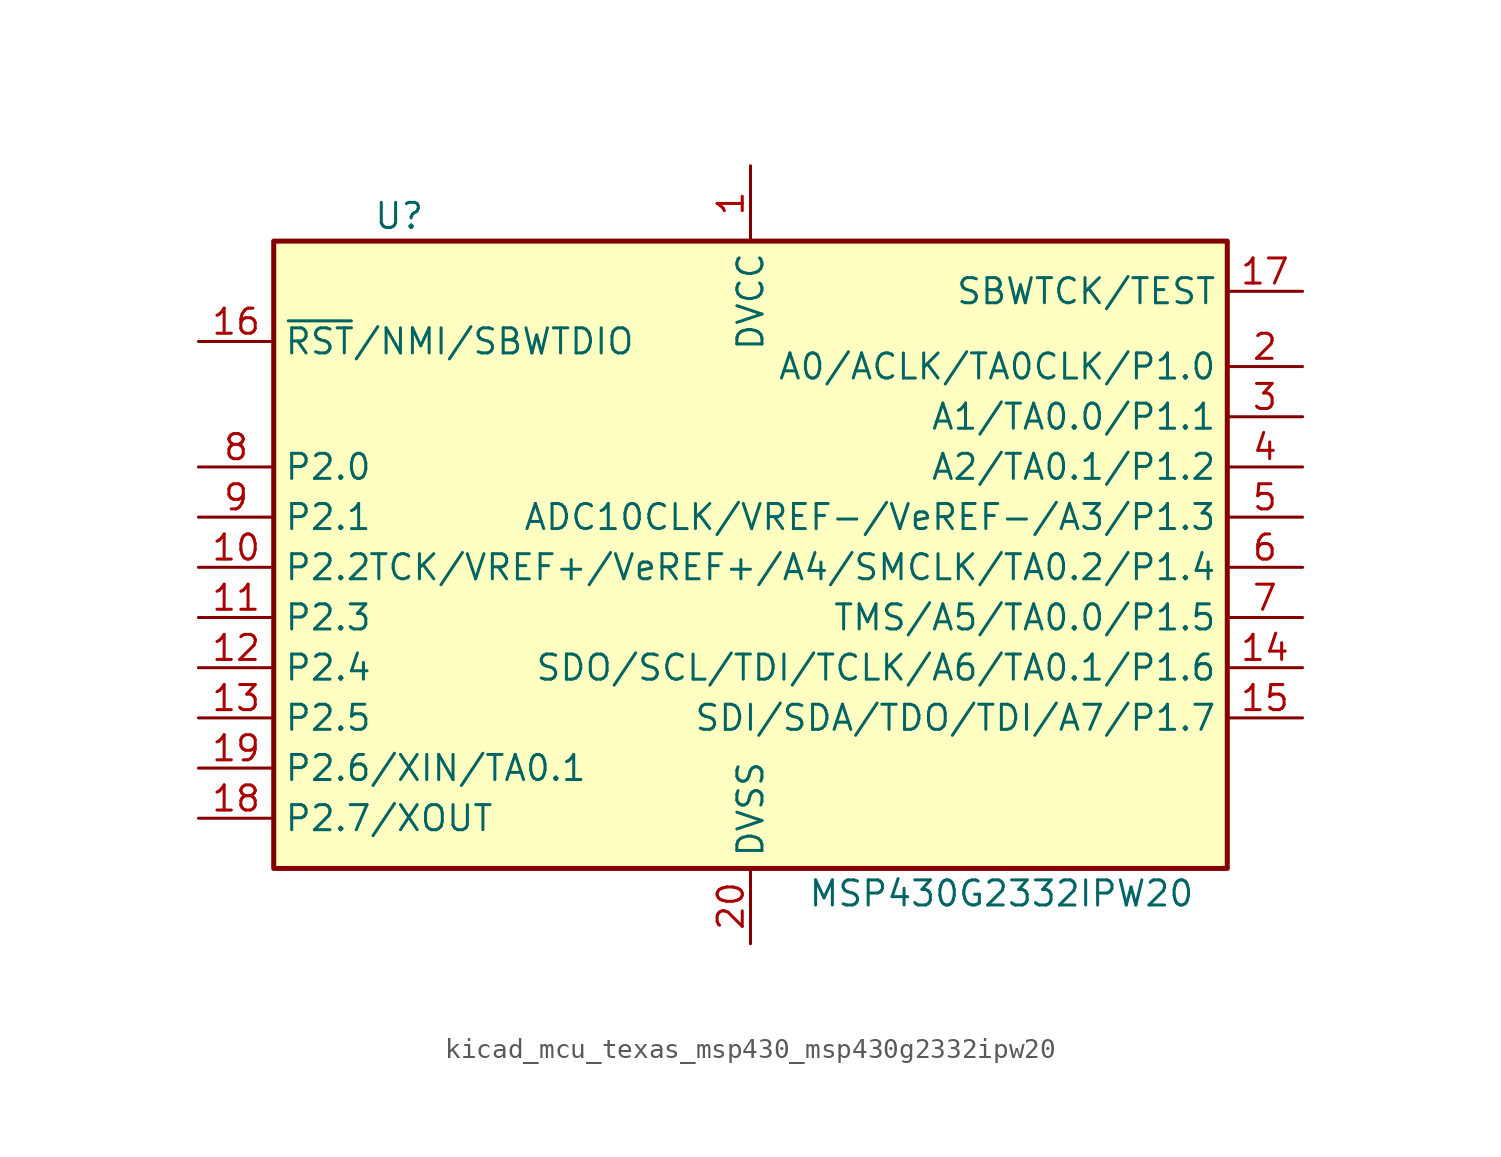
<source format=kicad_sym>
(kicad_symbol_lib
  (version 20220914)
  (generator kicad_symbol_editor)
  (symbol "kicad_mcu_texas_msp430_msp430g2332ipw20"
    (property "Reference" "U"
      (at -17.78 17.78 0)
      (effects (font (size 1.27 1.27))))
    (property "Value" "MSP430G2332IPW20"
      (at 12.7 -16.51 0)
      (effects (font (size 1.27 1.27))))
    (symbol "kicad_mcu_texas_msp430_msp430g2332ipw20_0_1"
      (rectangle (start -24.13 16.51) (end 24.13 -15.24) (stroke (width 0.254) (type default)) (fill (type background))))
    (symbol "kicad_mcu_texas_msp430_msp430g2332ipw20_1_1"
      (pin power_in line (at 0 20.32 270) (length 3.81) (name "DVCC" (effects (font (size 1.27 1.27)))) (number "1" (effects (font (size 1.27 1.27)))))
      (pin bidirectional line (at -27.94 0 0) (length 3.81) (name "P2.2" (effects (font (size 1.27 1.27)))) (number "10" (effects (font (size 1.27 1.27)))))
      (pin bidirectional line (at -27.94 -2.54 0) (length 3.81) (name "P2.3" (effects (font (size 1.27 1.27)))) (number "11" (effects (font (size 1.27 1.27)))))
      (pin bidirectional line (at -27.94 -5.08 0) (length 3.81) (name "P2.4" (effects (font (size 1.27 1.27)))) (number "12" (effects (font (size 1.27 1.27)))))
      (pin bidirectional line (at -27.94 -7.62 0) (length 3.81) (name "P2.5" (effects (font (size 1.27 1.27)))) (number "13" (effects (font (size 1.27 1.27)))))
      (pin bidirectional line (at 27.94 -5.08 180) (length 3.81) (name "SDO/SCL/TDI/TCLK/A6/TA0.1/P1.6" (effects (font (size 1.27 1.27)))) (number "14" (effects (font (size 1.27 1.27)))))
      (pin bidirectional line (at 27.94 -7.62 180) (length 3.81) (name "SDI/SDA/TDO/TDI/A7/P1.7" (effects (font (size 1.27 1.27)))) (number "15" (effects (font (size 1.27 1.27)))))
      (pin input line (at -27.94 11.43 0) (length 3.81) (name "~{RST}/NMI/SBWTDIO" (effects (font (size 1.27 1.27)))) (number "16" (effects (font (size 1.27 1.27)))))
      (pin input line (at 27.94 13.97 180) (length 3.81) (name "SBWTCK/TEST" (effects (font (size 1.27 1.27)))) (number "17" (effects (font (size 1.27 1.27)))))
      (pin bidirectional line (at -27.94 -12.7 0) (length 3.81) (name "P2.7/XOUT" (effects (font (size 1.27 1.27)))) (number "18" (effects (font (size 1.27 1.27)))))
      (pin bidirectional line (at -27.94 -10.16 0) (length 3.81) (name "P2.6/XIN/TA0.1" (effects (font (size 1.27 1.27)))) (number "19" (effects (font (size 1.27 1.27)))))
      (pin bidirectional line (at 27.94 10.16 180) (length 3.81) (name "A0/ACLK/TA0CLK/P1.0" (effects (font (size 1.27 1.27)))) (number "2" (effects (font (size 1.27 1.27)))))
      (pin power_in line (at 0 -19.05 90) (length 3.81) (name "DVSS" (effects (font (size 1.27 1.27)))) (number "20" (effects (font (size 1.27 1.27)))))
      (pin bidirectional line (at 27.94 7.62 180) (length 3.81) (name "A1/TA0.0/P1.1" (effects (font (size 1.27 1.27)))) (number "3" (effects (font (size 1.27 1.27)))))
      (pin bidirectional line (at 27.94 5.08 180) (length 3.81) (name "A2/TA0.1/P1.2" (effects (font (size 1.27 1.27)))) (number "4" (effects (font (size 1.27 1.27)))))
      (pin bidirectional line (at 27.94 2.54 180) (length 3.81) (name "ADC10CLK/VREF-/VeREF-/A3/P1.3" (effects (font (size 1.27 1.27)))) (number "5" (effects (font (size 1.27 1.27)))))
      (pin bidirectional line (at 27.94 0 180) (length 3.81) (name "TCK/VREF+/VeREF+/A4/SMCLK/TA0.2/P1.4" (effects (font (size 1.27 1.27)))) (number "6" (effects (font (size 1.27 1.27)))))
      (pin bidirectional line (at 27.94 -2.54 180) (length 3.81) (name "TMS/A5/TA0.0/P1.5" (effects (font (size 1.27 1.27)))) (number "7" (effects (font (size 1.27 1.27)))))
      (pin bidirectional line (at -27.94 5.08 0) (length 3.81) (name "P2.0" (effects (font (size 1.27 1.27)))) (number "8" (effects (font (size 1.27 1.27)))))
      (pin bidirectional line (at -27.94 2.54 0) (length 3.81) (name "P2.1" (effects (font (size 1.27 1.27)))) (number "9" (effects (font (size 1.27 1.27))))))))
</source>
